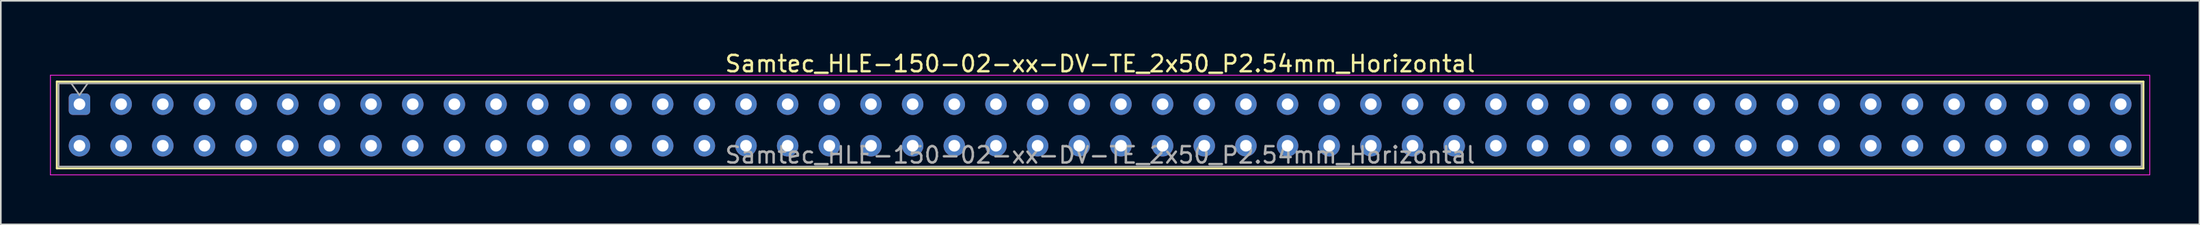
<source format=kicad_pcb>
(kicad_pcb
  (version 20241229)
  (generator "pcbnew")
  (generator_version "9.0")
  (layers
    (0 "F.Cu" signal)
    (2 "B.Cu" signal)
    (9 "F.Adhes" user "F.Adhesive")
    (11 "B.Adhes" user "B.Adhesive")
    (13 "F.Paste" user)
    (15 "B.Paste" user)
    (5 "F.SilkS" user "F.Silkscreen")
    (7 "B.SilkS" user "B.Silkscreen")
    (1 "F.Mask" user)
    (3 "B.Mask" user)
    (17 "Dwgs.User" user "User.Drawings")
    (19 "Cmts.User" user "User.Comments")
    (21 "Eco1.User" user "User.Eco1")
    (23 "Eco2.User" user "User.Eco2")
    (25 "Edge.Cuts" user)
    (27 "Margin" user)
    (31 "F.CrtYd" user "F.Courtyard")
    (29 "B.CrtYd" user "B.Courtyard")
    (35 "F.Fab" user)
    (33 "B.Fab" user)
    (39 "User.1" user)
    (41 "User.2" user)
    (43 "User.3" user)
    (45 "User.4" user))
  (footprint "Samtec_HLE-150-02-xx-DV-TE_2x50_P2.54mm_Horizontal"
    (layer "F.Cu")
    (at 1.795 3.318)
    (property "Reference" "Samtec_HLE-150-02-xx-DV-TE_2x50_P2.54mm_Horizontal" (at 62.23 -2.47 0) (layer "F.SilkS") (effects (font (size 1 1) (thickness 0.15))))
    (attr through_hole)
    (fp_line (start -1.38 -1.38) (end 125.84 -1.38) (stroke (width 0.12) (type solid)) (layer "F.SilkS"))
    (fp_line (start -1.38 3.92) (end -1.38 -1.38) (stroke (width 0.12) (type solid)) (layer "F.SilkS"))
    (fp_line (start 125.84 -1.38) (end 125.84 3.92) (stroke (width 0.12) (type solid)) (layer "F.SilkS"))
    (fp_line (start 125.84 3.92) (end -1.38 3.92) (stroke (width 0.12) (type solid)) (layer "F.SilkS"))
    (fp_line (start -1.77 -1.77) (end 126.23 -1.77) (stroke (width 0.05) (type solid)) (layer "F.CrtYd"))
    (fp_line (start -1.77 4.32) (end -1.77 -1.77) (stroke (width 0.05) (type solid)) (layer "F.CrtYd"))
    (fp_line (start 126.23 -1.77) (end 126.23 4.32) (stroke (width 0.05) (type solid)) (layer "F.CrtYd"))
    (fp_line (start 126.23 4.32) (end -1.77 4.32) (stroke (width 0.05) (type solid)) (layer "F.CrtYd"))
    (fp_line (start -1.27 -1.27) (end 125.73 -1.27) (stroke (width 0.1) (type solid)) (layer "F.Fab"))
    (fp_line (start -1.27 3.81) (end -1.27 -1.27) (stroke (width 0.1) (type solid)) (layer "F.Fab"))
    (fp_line (start -0.5 -1.27) (end 0 -0.563) (stroke (width 0.1) (type solid)) (layer "F.Fab"))
    (fp_line (start 0 -0.563) (end 0.5 -1.27) (stroke (width 0.1) (type solid)) (layer "F.Fab"))
    (fp_line (start 125.73 -1.27) (end 125.73 3.81) (stroke (width 0.1) (type solid)) (layer "F.Fab"))
    (fp_line (start 125.73 3.81) (end -1.27 3.81) (stroke (width 0.1) (type solid)) (layer "F.Fab"))
    (fp_text user "${REFERENCE}" (at 62.23 3.11 0) (layer "F.Fab") (effects (font (size 1 1) (thickness 0.15))))
    (pad "1" thru_hole roundrect (at 0 0) (size 1.31 1.31) (drill 0.71) (layers "*.Cu" "*.Mask") (roundrect_rratio 0.191))
    (pad "2" thru_hole circle (at 0 2.54) (size 1.31 1.31) (drill 0.71) (layers "*.Cu" "*.Mask"))
    (pad "3" thru_hole circle (at 2.54 0) (size 1.31 1.31) (drill 0.71) (layers "*.Cu" "*.Mask"))
    (pad "4" thru_hole circle (at 2.54 2.54) (size 1.31 1.31) (drill 0.71) (layers "*.Cu" "*.Mask"))
    (pad "5" thru_hole circle (at 5.08 0) (size 1.31 1.31) (drill 0.71) (layers "*.Cu" "*.Mask"))
    (pad "6" thru_hole circle (at 5.08 2.54) (size 1.31 1.31) (drill 0.71) (layers "*.Cu" "*.Mask"))
    (pad "7" thru_hole circle (at 7.62 0) (size 1.31 1.31) (drill 0.71) (layers "*.Cu" "*.Mask"))
    (pad "8" thru_hole circle (at 7.62 2.54) (size 1.31 1.31) (drill 0.71) (layers "*.Cu" "*.Mask"))
    (pad "9" thru_hole circle (at 10.16 0) (size 1.31 1.31) (drill 0.71) (layers "*.Cu" "*.Mask"))
    (pad "10" thru_hole circle (at 10.16 2.54) (size 1.31 1.31) (drill 0.71) (layers "*.Cu" "*.Mask"))
    (pad "11" thru_hole circle (at 12.7 0) (size 1.31 1.31) (drill 0.71) (layers "*.Cu" "*.Mask"))
    (pad "12" thru_hole circle (at 12.7 2.54) (size 1.31 1.31) (drill 0.71) (layers "*.Cu" "*.Mask"))
    (pad "13" thru_hole circle (at 15.24 0) (size 1.31 1.31) (drill 0.71) (layers "*.Cu" "*.Mask"))
    (pad "14" thru_hole circle (at 15.24 2.54) (size 1.31 1.31) (drill 0.71) (layers "*.Cu" "*.Mask"))
    (pad "15" thru_hole circle (at 17.78 0) (size 1.31 1.31) (drill 0.71) (layers "*.Cu" "*.Mask"))
    (pad "16" thru_hole circle (at 17.78 2.54) (size 1.31 1.31) (drill 0.71) (layers "*.Cu" "*.Mask"))
    (pad "17" thru_hole circle (at 20.32 0) (size 1.31 1.31) (drill 0.71) (layers "*.Cu" "*.Mask"))
    (pad "18" thru_hole circle (at 20.32 2.54) (size 1.31 1.31) (drill 0.71) (layers "*.Cu" "*.Mask"))
    (pad "19" thru_hole circle (at 22.86 0) (size 1.31 1.31) (drill 0.71) (layers "*.Cu" "*.Mask"))
    (pad "20" thru_hole circle (at 22.86 2.54) (size 1.31 1.31) (drill 0.71) (layers "*.Cu" "*.Mask"))
    (pad "21" thru_hole circle (at 25.4 0) (size 1.31 1.31) (drill 0.71) (layers "*.Cu" "*.Mask"))
    (pad "22" thru_hole circle (at 25.4 2.54) (size 1.31 1.31) (drill 0.71) (layers "*.Cu" "*.Mask"))
    (pad "23" thru_hole circle (at 27.94 0) (size 1.31 1.31) (drill 0.71) (layers "*.Cu" "*.Mask"))
    (pad "24" thru_hole circle (at 27.94 2.54) (size 1.31 1.31) (drill 0.71) (layers "*.Cu" "*.Mask"))
    (pad "25" thru_hole circle (at 30.48 0) (size 1.31 1.31) (drill 0.71) (layers "*.Cu" "*.Mask"))
    (pad "26" thru_hole circle (at 30.48 2.54) (size 1.31 1.31) (drill 0.71) (layers "*.Cu" "*.Mask"))
    (pad "27" thru_hole circle (at 33.02 0) (size 1.31 1.31) (drill 0.71) (layers "*.Cu" "*.Mask"))
    (pad "28" thru_hole circle (at 33.02 2.54) (size 1.31 1.31) (drill 0.71) (layers "*.Cu" "*.Mask"))
    (pad "29" thru_hole circle (at 35.56 0) (size 1.31 1.31) (drill 0.71) (layers "*.Cu" "*.Mask"))
    (pad "30" thru_hole circle (at 35.56 2.54) (size 1.31 1.31) (drill 0.71) (layers "*.Cu" "*.Mask"))
    (pad "31" thru_hole circle (at 38.1 0) (size 1.31 1.31) (drill 0.71) (layers "*.Cu" "*.Mask"))
    (pad "32" thru_hole circle (at 38.1 2.54) (size 1.31 1.31) (drill 0.71) (layers "*.Cu" "*.Mask"))
    (pad "33" thru_hole circle (at 40.64 0) (size 1.31 1.31) (drill 0.71) (layers "*.Cu" "*.Mask"))
    (pad "34" thru_hole circle (at 40.64 2.54) (size 1.31 1.31) (drill 0.71) (layers "*.Cu" "*.Mask"))
    (pad "35" thru_hole circle (at 43.18 0) (size 1.31 1.31) (drill 0.71) (layers "*.Cu" "*.Mask"))
    (pad "36" thru_hole circle (at 43.18 2.54) (size 1.31 1.31) (drill 0.71) (layers "*.Cu" "*.Mask"))
    (pad "37" thru_hole circle (at 45.72 0) (size 1.31 1.31) (drill 0.71) (layers "*.Cu" "*.Mask"))
    (pad "38" thru_hole circle (at 45.72 2.54) (size 1.31 1.31) (drill 0.71) (layers "*.Cu" "*.Mask"))
    (pad "39" thru_hole circle (at 48.26 0) (size 1.31 1.31) (drill 0.71) (layers "*.Cu" "*.Mask"))
    (pad "40" thru_hole circle (at 48.26 2.54) (size 1.31 1.31) (drill 0.71) (layers "*.Cu" "*.Mask"))
    (pad "41" thru_hole circle (at 50.8 0) (size 1.31 1.31) (drill 0.71) (layers "*.Cu" "*.Mask"))
    (pad "42" thru_hole circle (at 50.8 2.54) (size 1.31 1.31) (drill 0.71) (layers "*.Cu" "*.Mask"))
    (pad "43" thru_hole circle (at 53.34 0) (size 1.31 1.31) (drill 0.71) (layers "*.Cu" "*.Mask"))
    (pad "44" thru_hole circle (at 53.34 2.54) (size 1.31 1.31) (drill 0.71) (layers "*.Cu" "*.Mask"))
    (pad "45" thru_hole circle (at 55.88 0) (size 1.31 1.31) (drill 0.71) (layers "*.Cu" "*.Mask"))
    (pad "46" thru_hole circle (at 55.88 2.54) (size 1.31 1.31) (drill 0.71) (layers "*.Cu" "*.Mask"))
    (pad "47" thru_hole circle (at 58.42 0) (size 1.31 1.31) (drill 0.71) (layers "*.Cu" "*.Mask"))
    (pad "48" thru_hole circle (at 58.42 2.54) (size 1.31 1.31) (drill 0.71) (layers "*.Cu" "*.Mask"))
    (pad "49" thru_hole circle (at 60.96 0) (size 1.31 1.31) (drill 0.71) (layers "*.Cu" "*.Mask"))
    (pad "50" thru_hole circle (at 60.96 2.54) (size 1.31 1.31) (drill 0.71) (layers "*.Cu" "*.Mask"))
    (pad "51" thru_hole circle (at 63.5 0) (size 1.31 1.31) (drill 0.71) (layers "*.Cu" "*.Mask"))
    (pad "52" thru_hole circle (at 63.5 2.54) (size 1.31 1.31) (drill 0.71) (layers "*.Cu" "*.Mask"))
    (pad "53" thru_hole circle (at 66.04 0) (size 1.31 1.31) (drill 0.71) (layers "*.Cu" "*.Mask"))
    (pad "54" thru_hole circle (at 66.04 2.54) (size 1.31 1.31) (drill 0.71) (layers "*.Cu" "*.Mask"))
    (pad "55" thru_hole circle (at 68.58 0) (size 1.31 1.31) (drill 0.71) (layers "*.Cu" "*.Mask"))
    (pad "56" thru_hole circle (at 68.58 2.54) (size 1.31 1.31) (drill 0.71) (layers "*.Cu" "*.Mask"))
    (pad "57" thru_hole circle (at 71.12 0) (size 1.31 1.31) (drill 0.71) (layers "*.Cu" "*.Mask"))
    (pad "58" thru_hole circle (at 71.12 2.54) (size 1.31 1.31) (drill 0.71) (layers "*.Cu" "*.Mask"))
    (pad "59" thru_hole circle (at 73.66 0) (size 1.31 1.31) (drill 0.71) (layers "*.Cu" "*.Mask"))
    (pad "60" thru_hole circle (at 73.66 2.54) (size 1.31 1.31) (drill 0.71) (layers "*.Cu" "*.Mask"))
    (pad "61" thru_hole circle (at 76.2 0) (size 1.31 1.31) (drill 0.71) (layers "*.Cu" "*.Mask"))
    (pad "62" thru_hole circle (at 76.2 2.54) (size 1.31 1.31) (drill 0.71) (layers "*.Cu" "*.Mask"))
    (pad "63" thru_hole circle (at 78.74 0) (size 1.31 1.31) (drill 0.71) (layers "*.Cu" "*.Mask"))
    (pad "64" thru_hole circle (at 78.74 2.54) (size 1.31 1.31) (drill 0.71) (layers "*.Cu" "*.Mask"))
    (pad "65" thru_hole circle (at 81.28 0) (size 1.31 1.31) (drill 0.71) (layers "*.Cu" "*.Mask"))
    (pad "66" thru_hole circle (at 81.28 2.54) (size 1.31 1.31) (drill 0.71) (layers "*.Cu" "*.Mask"))
    (pad "67" thru_hole circle (at 83.82 0) (size 1.31 1.31) (drill 0.71) (layers "*.Cu" "*.Mask"))
    (pad "68" thru_hole circle (at 83.82 2.54) (size 1.31 1.31) (drill 0.71) (layers "*.Cu" "*.Mask"))
    (pad "69" thru_hole circle (at 86.36 0) (size 1.31 1.31) (drill 0.71) (layers "*.Cu" "*.Mask"))
    (pad "70" thru_hole circle (at 86.36 2.54) (size 1.31 1.31) (drill 0.71) (layers "*.Cu" "*.Mask"))
    (pad "71" thru_hole circle (at 88.9 0) (size 1.31 1.31) (drill 0.71) (layers "*.Cu" "*.Mask"))
    (pad "72" thru_hole circle (at 88.9 2.54) (size 1.31 1.31) (drill 0.71) (layers "*.Cu" "*.Mask"))
    (pad "73" thru_hole circle (at 91.44 0) (size 1.31 1.31) (drill 0.71) (layers "*.Cu" "*.Mask"))
    (pad "74" thru_hole circle (at 91.44 2.54) (size 1.31 1.31) (drill 0.71) (layers "*.Cu" "*.Mask"))
    (pad "75" thru_hole circle (at 93.98 0) (size 1.31 1.31) (drill 0.71) (layers "*.Cu" "*.Mask"))
    (pad "76" thru_hole circle (at 93.98 2.54) (size 1.31 1.31) (drill 0.71) (layers "*.Cu" "*.Mask"))
    (pad "77" thru_hole circle (at 96.52 0) (size 1.31 1.31) (drill 0.71) (layers "*.Cu" "*.Mask"))
    (pad "78" thru_hole circle (at 96.52 2.54) (size 1.31 1.31) (drill 0.71) (layers "*.Cu" "*.Mask"))
    (pad "79" thru_hole circle (at 99.06 0) (size 1.31 1.31) (drill 0.71) (layers "*.Cu" "*.Mask"))
    (pad "80" thru_hole circle (at 99.06 2.54) (size 1.31 1.31) (drill 0.71) (layers "*.Cu" "*.Mask"))
    (pad "81" thru_hole circle (at 101.6 0) (size 1.31 1.31) (drill 0.71) (layers "*.Cu" "*.Mask"))
    (pad "82" thru_hole circle (at 101.6 2.54) (size 1.31 1.31) (drill 0.71) (layers "*.Cu" "*.Mask"))
    (pad "83" thru_hole circle (at 104.14 0) (size 1.31 1.31) (drill 0.71) (layers "*.Cu" "*.Mask"))
    (pad "84" thru_hole circle (at 104.14 2.54) (size 1.31 1.31) (drill 0.71) (layers "*.Cu" "*.Mask"))
    (pad "85" thru_hole circle (at 106.68 0) (size 1.31 1.31) (drill 0.71) (layers "*.Cu" "*.Mask"))
    (pad "86" thru_hole circle (at 106.68 2.54) (size 1.31 1.31) (drill 0.71) (layers "*.Cu" "*.Mask"))
    (pad "87" thru_hole circle (at 109.22 0) (size 1.31 1.31) (drill 0.71) (layers "*.Cu" "*.Mask"))
    (pad "88" thru_hole circle (at 109.22 2.54) (size 1.31 1.31) (drill 0.71) (layers "*.Cu" "*.Mask"))
    (pad "89" thru_hole circle (at 111.76 0) (size 1.31 1.31) (drill 0.71) (layers "*.Cu" "*.Mask"))
    (pad "90" thru_hole circle (at 111.76 2.54) (size 1.31 1.31) (drill 0.71) (layers "*.Cu" "*.Mask"))
    (pad "91" thru_hole circle (at 114.3 0) (size 1.31 1.31) (drill 0.71) (layers "*.Cu" "*.Mask"))
    (pad "92" thru_hole circle (at 114.3 2.54) (size 1.31 1.31) (drill 0.71) (layers "*.Cu" "*.Mask"))
    (pad "93" thru_hole circle (at 116.84 0) (size 1.31 1.31) (drill 0.71) (layers "*.Cu" "*.Mask"))
    (pad "94" thru_hole circle (at 116.84 2.54) (size 1.31 1.31) (drill 0.71) (layers "*.Cu" "*.Mask"))
    (pad "95" thru_hole circle (at 119.38 0) (size 1.31 1.31) (drill 0.71) (layers "*.Cu" "*.Mask"))
    (pad "96" thru_hole circle (at 119.38 2.54) (size 1.31 1.31) (drill 0.71) (layers "*.Cu" "*.Mask"))
    (pad "97" thru_hole circle (at 121.92 0) (size 1.31 1.31) (drill 0.71) (layers "*.Cu" "*.Mask"))
    (pad "98" thru_hole circle (at 121.92 2.54) (size 1.31 1.31) (drill 0.71) (layers "*.Cu" "*.Mask"))
    (pad "99" thru_hole circle (at 124.46 0) (size 1.31 1.31) (drill 0.71) (layers "*.Cu" "*.Mask"))
    (pad "100" thru_hole circle (at 124.46 2.54) (size 1.31 1.31) (drill 0.71) (layers "*.Cu" "*.Mask")))
  (gr_rect
    (start -3 -3)
    (end 131.05 10.663)
    (stroke (width 0.1) (type default))
    (fill no)
    (layer "Edge.Cuts")))
</source>
